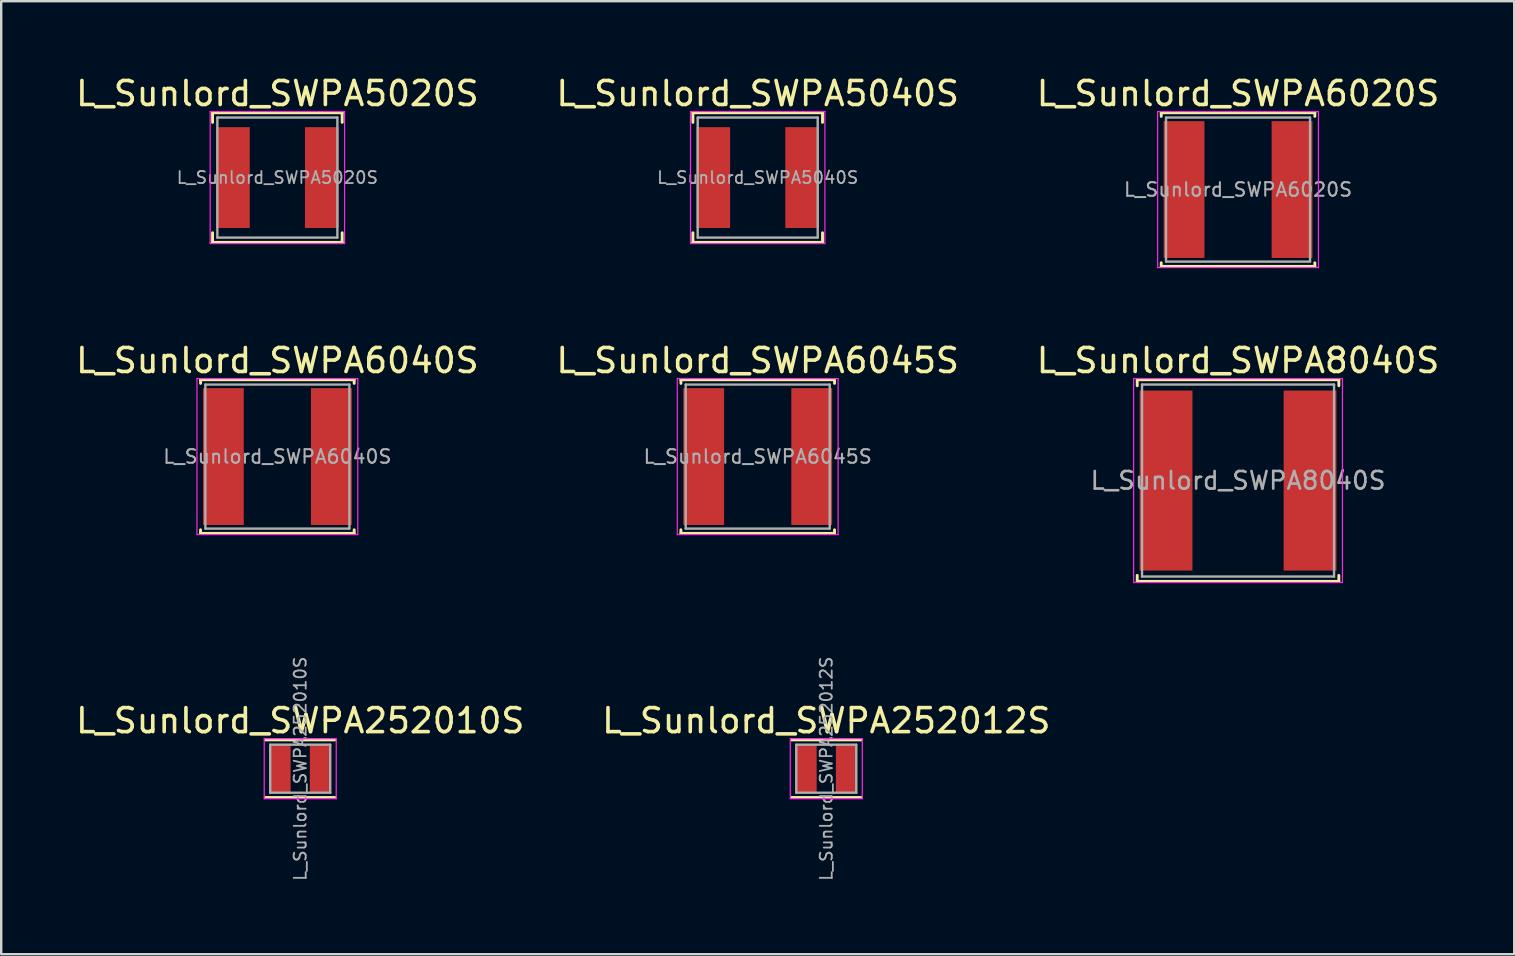
<source format=kicad_pcb>
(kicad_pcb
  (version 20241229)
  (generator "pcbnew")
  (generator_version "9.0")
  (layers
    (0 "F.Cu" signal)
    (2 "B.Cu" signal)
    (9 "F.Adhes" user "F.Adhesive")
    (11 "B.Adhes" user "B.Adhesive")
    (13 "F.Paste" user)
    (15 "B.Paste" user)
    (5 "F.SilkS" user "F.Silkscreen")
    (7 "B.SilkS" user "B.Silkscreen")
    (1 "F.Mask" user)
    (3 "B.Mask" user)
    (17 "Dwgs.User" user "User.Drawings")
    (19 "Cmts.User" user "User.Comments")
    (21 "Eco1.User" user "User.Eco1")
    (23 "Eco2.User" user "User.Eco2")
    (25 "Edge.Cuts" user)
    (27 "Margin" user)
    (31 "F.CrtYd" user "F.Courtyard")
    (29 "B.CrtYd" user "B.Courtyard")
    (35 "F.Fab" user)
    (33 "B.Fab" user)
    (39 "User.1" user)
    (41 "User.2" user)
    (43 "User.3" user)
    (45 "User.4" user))
  (footprint "L_Sunlord_SWPA8040S"
    (layer "F.Cu")
    (at 48.53 16.971)
    (property "Reference" "L_Sunlord_SWPA8040S" (at 0 -5 0) (layer "F.SilkS") (effects (font (size 1 1) (thickness 0.15))))
    (attr smd)
    (fp_line (start -4.2 -4.2) (end -4.2 -3.95) (stroke (width 0.12) (type solid)) (layer "F.SilkS"))
    (fp_line (start -4.2 -4.2) (end 4.2 -4.2) (stroke (width 0.12) (type solid)) (layer "F.SilkS"))
    (fp_line (start -4.2 4.2) (end -4.2 3.95) (stroke (width 0.12) (type solid)) (layer "F.SilkS"))
    (fp_line (start -4.2 4.2) (end 4.2 4.2) (stroke (width 0.12) (type solid)) (layer "F.SilkS"))
    (fp_line (start 4.2 -4.2) (end 4.2 -3.95) (stroke (width 0.12) (type solid)) (layer "F.SilkS"))
    (fp_line (start 4.2 4.2) (end 4.2 3.95) (stroke (width 0.12) (type solid)) (layer "F.SilkS"))
    (fp_line (start -4.35 -4.25) (end -4.35 4.25) (stroke (width 0.05) (type solid)) (layer "F.CrtYd"))
    (fp_line (start -4.35 4.25) (end 4.35 4.25) (stroke (width 0.05) (type solid)) (layer "F.CrtYd"))
    (fp_line (start 4.35 -4.25) (end -4.35 -4.25) (stroke (width 0.05) (type solid)) (layer "F.CrtYd"))
    (fp_line (start 4.35 4.25) (end 4.35 -4.25) (stroke (width 0.05) (type solid)) (layer "F.CrtYd"))
    (fp_line (start -4 -4) (end -4 4) (stroke (width 0.1) (type solid)) (layer "F.Fab"))
    (fp_line (start -4 4) (end 4 4) (stroke (width 0.1) (type solid)) (layer "F.Fab"))
    (fp_line (start 4 -4) (end -4 -4) (stroke (width 0.1) (type solid)) (layer "F.Fab"))
    (fp_line (start 4 4) (end 4 -4) (stroke (width 0.1) (type solid)) (layer "F.Fab"))
    (fp_text user "${REFERENCE}" (at 0 0 0) (layer "F.Fab") (effects (font (size 0.733 0.733) (thickness 0.11))))
    (pad "1" smd rect (at -3 0) (size 2.2 7.5) (layers "F.Cu" "F.Mask" "F.Paste"))
    (pad "2" smd rect (at 3 0) (size 2.2 7.5) (layers "F.Cu" "F.Mask" "F.Paste")))
  (footprint "L_Sunlord_SWPA6040S"
    (layer "F.Cu")
    (at 8.506 15.972)
    (property "Reference" "L_Sunlord_SWPA6040S" (at 0 -4 0) (layer "F.SilkS") (effects (font (size 1 1) (thickness 0.15))))
    (attr smd)
    (fp_line (start -3.2 -3.2) (end -3.2 -3.05) (stroke (width 0.12) (type solid)) (layer "F.SilkS"))
    (fp_line (start -3.2 -3.2) (end 3.2 -3.2) (stroke (width 0.12) (type solid)) (layer "F.SilkS"))
    (fp_line (start -3.2 3.2) (end -3.2 3.05) (stroke (width 0.12) (type solid)) (layer "F.SilkS"))
    (fp_line (start -3.2 3.2) (end 3.2 3.2) (stroke (width 0.12) (type solid)) (layer "F.SilkS"))
    (fp_line (start 3.2 -3.2) (end 3.2 -3.05) (stroke (width 0.12) (type solid)) (layer "F.SilkS"))
    (fp_line (start 3.2 3.2) (end 3.2 3.05) (stroke (width 0.12) (type solid)) (layer "F.SilkS"))
    (fp_line (start -3.35 -3.25) (end -3.35 3.25) (stroke (width 0.05) (type solid)) (layer "F.CrtYd"))
    (fp_line (start -3.35 3.25) (end 3.35 3.25) (stroke (width 0.05) (type solid)) (layer "F.CrtYd"))
    (fp_line (start 3.35 -3.25) (end -3.35 -3.25) (stroke (width 0.05) (type solid)) (layer "F.CrtYd"))
    (fp_line (start 3.35 3.25) (end 3.35 -3.25) (stroke (width 0.05) (type solid)) (layer "F.CrtYd"))
    (fp_line (start -3 -3) (end -3 3) (stroke (width 0.1) (type solid)) (layer "F.Fab"))
    (fp_line (start -3 3) (end 3 3) (stroke (width 0.1) (type solid)) (layer "F.Fab"))
    (fp_line (start 3 -3) (end -3 -3) (stroke (width 0.1) (type solid)) (layer "F.Fab"))
    (fp_line (start 3 3) (end 3 -3) (stroke (width 0.1) (type solid)) (layer "F.Fab"))
    (fp_text user "${REFERENCE}" (at 0 0 0) (layer "F.Fab") (effects (font (size 0.567 0.567) (thickness 0.085))))
    (pad "1" smd rect (at -2.25 0) (size 1.7 5.7) (layers "F.Cu" "F.Mask" "F.Paste"))
    (pad "2" smd rect (at 2.25 0) (size 1.7 5.7) (layers "F.Cu" "F.Mask" "F.Paste")))
  (footprint "L_Sunlord_SWPA252012S"
    (layer "F.Cu")
    (at 31.375 28.976)
    (property "Reference" "L_Sunlord_SWPA252012S" (at 0 -2 0) (layer "F.SilkS") (effects (font (size 1 1) (thickness 0.15))))
    (attr smd)
    (fp_line (start -1.45 -1.2) (end 1.45 -1.2) (stroke (width 0.12) (type solid)) (layer "F.SilkS"))
    (fp_line (start -1.45 1.2) (end 1.45 1.2) (stroke (width 0.12) (type solid)) (layer "F.SilkS"))
    (fp_line (start -1.5 -1.25) (end -1.5 1.25) (stroke (width 0.05) (type solid)) (layer "F.CrtYd"))
    (fp_line (start -1.5 1.25) (end 1.5 1.25) (stroke (width 0.05) (type solid)) (layer "F.CrtYd"))
    (fp_line (start 1.5 -1.25) (end -1.5 -1.25) (stroke (width 0.05) (type solid)) (layer "F.CrtYd"))
    (fp_line (start 1.5 1.25) (end 1.5 -1.25) (stroke (width 0.05) (type solid)) (layer "F.CrtYd"))
    (fp_line (start -1.25 -1) (end -1.25 1) (stroke (width 0.1) (type solid)) (layer "F.Fab"))
    (fp_line (start -1.25 1) (end 1.25 1) (stroke (width 0.1) (type solid)) (layer "F.Fab"))
    (fp_line (start 1.25 -1) (end -1.25 -1) (stroke (width 0.1) (type solid)) (layer "F.Fab"))
    (fp_line (start 1.25 1) (end 1.25 -1) (stroke (width 0.1) (type solid)) (layer "F.Fab"))
    (fp_text user "${REFERENCE}" (at 0 0 90) (layer "F.Fab") (effects (font (size 0.5 0.5) (thickness 0.075))))
    (pad "1" smd rect (at -0.825 0) (size 0.85 2) (layers "F.Cu" "F.Mask" "F.Paste"))
    (pad "2" smd rect (at 0.825 0) (size 0.85 2) (layers "F.Cu" "F.Mask" "F.Paste")))
  (footprint "L_Sunlord_SWPA6045S"
    (layer "F.Cu")
    (at 28.518 15.972)
    (property "Reference" "L_Sunlord_SWPA6045S" (at 0 -4 0) (layer "F.SilkS") (effects (font (size 1 1) (thickness 0.15))))
    (attr smd)
    (fp_line (start -3.2 -3.2) (end -3.2 -3.05) (stroke (width 0.12) (type solid)) (layer "F.SilkS"))
    (fp_line (start -3.2 -3.2) (end 3.2 -3.2) (stroke (width 0.12) (type solid)) (layer "F.SilkS"))
    (fp_line (start -3.2 3.2) (end -3.2 3.05) (stroke (width 0.12) (type solid)) (layer "F.SilkS"))
    (fp_line (start -3.2 3.2) (end 3.2 3.2) (stroke (width 0.12) (type solid)) (layer "F.SilkS"))
    (fp_line (start 3.2 -3.2) (end 3.2 -3.05) (stroke (width 0.12) (type solid)) (layer "F.SilkS"))
    (fp_line (start 3.2 3.2) (end 3.2 3.05) (stroke (width 0.12) (type solid)) (layer "F.SilkS"))
    (fp_line (start -3.35 -3.25) (end -3.35 3.25) (stroke (width 0.05) (type solid)) (layer "F.CrtYd"))
    (fp_line (start -3.35 3.25) (end 3.35 3.25) (stroke (width 0.05) (type solid)) (layer "F.CrtYd"))
    (fp_line (start 3.35 -3.25) (end -3.35 -3.25) (stroke (width 0.05) (type solid)) (layer "F.CrtYd"))
    (fp_line (start 3.35 3.25) (end 3.35 -3.25) (stroke (width 0.05) (type solid)) (layer "F.CrtYd"))
    (fp_line (start -3 -3) (end -3 3) (stroke (width 0.1) (type solid)) (layer "F.Fab"))
    (fp_line (start -3 3) (end 3 3) (stroke (width 0.1) (type solid)) (layer "F.Fab"))
    (fp_line (start 3 -3) (end -3 -3) (stroke (width 0.1) (type solid)) (layer "F.Fab"))
    (fp_line (start 3 3) (end 3 -3) (stroke (width 0.1) (type solid)) (layer "F.Fab"))
    (fp_text user "${REFERENCE}" (at 0 0 0) (layer "F.Fab") (effects (font (size 0.567 0.567) (thickness 0.085))))
    (pad "1" smd rect (at -2.25 0) (size 1.7 5.7) (layers "F.Cu" "F.Mask" "F.Paste"))
    (pad "2" smd rect (at 2.25 0) (size 1.7 5.7) (layers "F.Cu" "F.Mask" "F.Paste")))
  (footprint "L_Sunlord_SWPA5040S"
    (layer "F.Cu")
    (at 28.518 4.348)
    (property "Reference" "L_Sunlord_SWPA5040S" (at 0 -3.5 0) (layer "F.SilkS") (effects (font (size 1 1) (thickness 0.15))))
    (attr smd)
    (fp_line (start -2.7 -2.7) (end -2.7 -2.3) (stroke (width 0.12) (type solid)) (layer "F.SilkS"))
    (fp_line (start -2.7 -2.7) (end 2.7 -2.7) (stroke (width 0.12) (type solid)) (layer "F.SilkS"))
    (fp_line (start -2.7 2.7) (end -2.7 2.3) (stroke (width 0.12) (type solid)) (layer "F.SilkS"))
    (fp_line (start -2.7 2.7) (end 2.7 2.7) (stroke (width 0.12) (type solid)) (layer "F.SilkS"))
    (fp_line (start 2.7 -2.7) (end 2.7 -2.3) (stroke (width 0.12) (type solid)) (layer "F.SilkS"))
    (fp_line (start 2.7 2.7) (end 2.7 2.3) (stroke (width 0.12) (type solid)) (layer "F.SilkS"))
    (fp_line (start -2.8 -2.75) (end -2.8 2.75) (stroke (width 0.05) (type solid)) (layer "F.CrtYd"))
    (fp_line (start -2.8 2.75) (end 2.8 2.75) (stroke (width 0.05) (type solid)) (layer "F.CrtYd"))
    (fp_line (start 2.8 -2.75) (end -2.8 -2.75) (stroke (width 0.05) (type solid)) (layer "F.CrtYd"))
    (fp_line (start 2.8 2.75) (end 2.8 -2.75) (stroke (width 0.05) (type solid)) (layer "F.CrtYd"))
    (fp_line (start -2.5 -2.5) (end -2.5 2.5) (stroke (width 0.1) (type solid)) (layer "F.Fab"))
    (fp_line (start -2.5 2.5) (end 2.5 2.5) (stroke (width 0.1) (type solid)) (layer "F.Fab"))
    (fp_line (start 2.5 -2.5) (end -2.5 -2.5) (stroke (width 0.1) (type solid)) (layer "F.Fab"))
    (fp_line (start 2.5 2.5) (end 2.5 -2.5) (stroke (width 0.1) (type solid)) (layer "F.Fab"))
    (fp_text user "${REFERENCE}" (at 0 0 0) (layer "F.Fab") (effects (font (size 0.5 0.5) (thickness 0.075))))
    (pad "1" smd rect (at -1.85 0) (size 1.4 4.2) (layers "F.Cu" "F.Mask" "F.Paste"))
    (pad "2" smd rect (at 1.85 0) (size 1.4 4.2) (layers "F.Cu" "F.Mask" "F.Paste")))
  (footprint "L_Sunlord_SWPA6020S"
    (layer "F.Cu")
    (at 48.53 4.848)
    (property "Reference" "L_Sunlord_SWPA6020S" (at 0 -4 0) (layer "F.SilkS") (effects (font (size 1 1) (thickness 0.15))))
    (attr smd)
    (fp_line (start -3.2 -3.2) (end -3.2 -3.05) (stroke (width 0.12) (type solid)) (layer "F.SilkS"))
    (fp_line (start -3.2 -3.2) (end 3.2 -3.2) (stroke (width 0.12) (type solid)) (layer "F.SilkS"))
    (fp_line (start -3.2 3.2) (end -3.2 3.05) (stroke (width 0.12) (type solid)) (layer "F.SilkS"))
    (fp_line (start -3.2 3.2) (end 3.2 3.2) (stroke (width 0.12) (type solid)) (layer "F.SilkS"))
    (fp_line (start 3.2 -3.2) (end 3.2 -3.05) (stroke (width 0.12) (type solid)) (layer "F.SilkS"))
    (fp_line (start 3.2 3.2) (end 3.2 3.05) (stroke (width 0.12) (type solid)) (layer "F.SilkS"))
    (fp_line (start -3.35 -3.25) (end -3.35 3.25) (stroke (width 0.05) (type solid)) (layer "F.CrtYd"))
    (fp_line (start -3.35 3.25) (end 3.35 3.25) (stroke (width 0.05) (type solid)) (layer "F.CrtYd"))
    (fp_line (start 3.35 -3.25) (end -3.35 -3.25) (stroke (width 0.05) (type solid)) (layer "F.CrtYd"))
    (fp_line (start 3.35 3.25) (end 3.35 -3.25) (stroke (width 0.05) (type solid)) (layer "F.CrtYd"))
    (fp_line (start -3 -3) (end -3 3) (stroke (width 0.1) (type solid)) (layer "F.Fab"))
    (fp_line (start -3 3) (end 3 3) (stroke (width 0.1) (type solid)) (layer "F.Fab"))
    (fp_line (start 3 -3) (end -3 -3) (stroke (width 0.1) (type solid)) (layer "F.Fab"))
    (fp_line (start 3 3) (end 3 -3) (stroke (width 0.1) (type solid)) (layer "F.Fab"))
    (fp_text user "${REFERENCE}" (at 0 0 0) (layer "F.Fab") (effects (font (size 0.567 0.567) (thickness 0.085))))
    (pad "1" smd rect (at -2.25 0) (size 1.7 5.7) (layers "F.Cu" "F.Mask" "F.Paste"))
    (pad "2" smd rect (at 2.25 0) (size 1.7 5.7) (layers "F.Cu" "F.Mask" "F.Paste")))
  (footprint "L_Sunlord_SWPA252010S"
    (layer "F.Cu")
    (at 9.458 28.976)
    (property "Reference" "L_Sunlord_SWPA252010S" (at 0 -2 0) (layer "F.SilkS") (effects (font (size 1 1) (thickness 0.15))))
    (attr smd)
    (fp_line (start -1.45 -1.2) (end 1.45 -1.2) (stroke (width 0.12) (type solid)) (layer "F.SilkS"))
    (fp_line (start -1.45 1.2) (end 1.45 1.2) (stroke (width 0.12) (type solid)) (layer "F.SilkS"))
    (fp_line (start -1.5 -1.25) (end -1.5 1.25) (stroke (width 0.05) (type solid)) (layer "F.CrtYd"))
    (fp_line (start -1.5 1.25) (end 1.5 1.25) (stroke (width 0.05) (type solid)) (layer "F.CrtYd"))
    (fp_line (start 1.5 -1.25) (end -1.5 -1.25) (stroke (width 0.05) (type solid)) (layer "F.CrtYd"))
    (fp_line (start 1.5 1.25) (end 1.5 -1.25) (stroke (width 0.05) (type solid)) (layer "F.CrtYd"))
    (fp_line (start -1.25 -1) (end -1.25 1) (stroke (width 0.1) (type solid)) (layer "F.Fab"))
    (fp_line (start -1.25 1) (end 1.25 1) (stroke (width 0.1) (type solid)) (layer "F.Fab"))
    (fp_line (start 1.25 -1) (end -1.25 -1) (stroke (width 0.1) (type solid)) (layer "F.Fab"))
    (fp_line (start 1.25 1) (end 1.25 -1) (stroke (width 0.1) (type solid)) (layer "F.Fab"))
    (fp_text user "${REFERENCE}" (at 0 0 90) (layer "F.Fab") (effects (font (size 0.5 0.5) (thickness 0.075))))
    (pad "1" smd rect (at -0.825 0) (size 0.85 2) (layers "F.Cu" "F.Mask" "F.Paste"))
    (pad "2" smd rect (at 0.825 0) (size 0.85 2) (layers "F.Cu" "F.Mask" "F.Paste")))
  (footprint "L_Sunlord_SWPA5020S"
    (layer "F.Cu")
    (at 8.506 4.348)
    (property "Reference" "L_Sunlord_SWPA5020S" (at 0 -3.5 0) (layer "F.SilkS") (effects (font (size 1 1) (thickness 0.15))))
    (attr smd)
    (fp_line (start -2.7 -2.7) (end -2.7 -2.3) (stroke (width 0.12) (type solid)) (layer "F.SilkS"))
    (fp_line (start -2.7 -2.7) (end 2.7 -2.7) (stroke (width 0.12) (type solid)) (layer "F.SilkS"))
    (fp_line (start -2.7 2.7) (end -2.7 2.3) (stroke (width 0.12) (type solid)) (layer "F.SilkS"))
    (fp_line (start -2.7 2.7) (end 2.7 2.7) (stroke (width 0.12) (type solid)) (layer "F.SilkS"))
    (fp_line (start 2.7 -2.7) (end 2.7 -2.3) (stroke (width 0.12) (type solid)) (layer "F.SilkS"))
    (fp_line (start 2.7 2.7) (end 2.7 2.3) (stroke (width 0.12) (type solid)) (layer "F.SilkS"))
    (fp_line (start -2.8 -2.75) (end -2.8 2.75) (stroke (width 0.05) (type solid)) (layer "F.CrtYd"))
    (fp_line (start -2.8 2.75) (end 2.8 2.75) (stroke (width 0.05) (type solid)) (layer "F.CrtYd"))
    (fp_line (start 2.8 -2.75) (end -2.8 -2.75) (stroke (width 0.05) (type solid)) (layer "F.CrtYd"))
    (fp_line (start 2.8 2.75) (end 2.8 -2.75) (stroke (width 0.05) (type solid)) (layer "F.CrtYd"))
    (fp_line (start -2.5 -2.5) (end -2.5 2.5) (stroke (width 0.1) (type solid)) (layer "F.Fab"))
    (fp_line (start -2.5 2.5) (end 2.5 2.5) (stroke (width 0.1) (type solid)) (layer "F.Fab"))
    (fp_line (start 2.5 -2.5) (end -2.5 -2.5) (stroke (width 0.1) (type solid)) (layer "F.Fab"))
    (fp_line (start 2.5 2.5) (end 2.5 -2.5) (stroke (width 0.1) (type solid)) (layer "F.Fab"))
    (fp_text user "${REFERENCE}" (at 0 0 0) (layer "F.Fab") (effects (font (size 0.5 0.5) (thickness 0.075))))
    (pad "1" smd rect (at -1.85 0) (size 1.4 4.2) (layers "F.Cu" "F.Mask" "F.Paste"))
    (pad "2" smd rect (at 1.85 0) (size 1.4 4.2) (layers "F.Cu" "F.Mask" "F.Paste")))
  (gr_rect
    (start -3 -3)
    (end 60.036 36.705)
    (stroke (width 0.1) (type default))
    (fill no)
    (layer "Edge.Cuts")))
</source>
